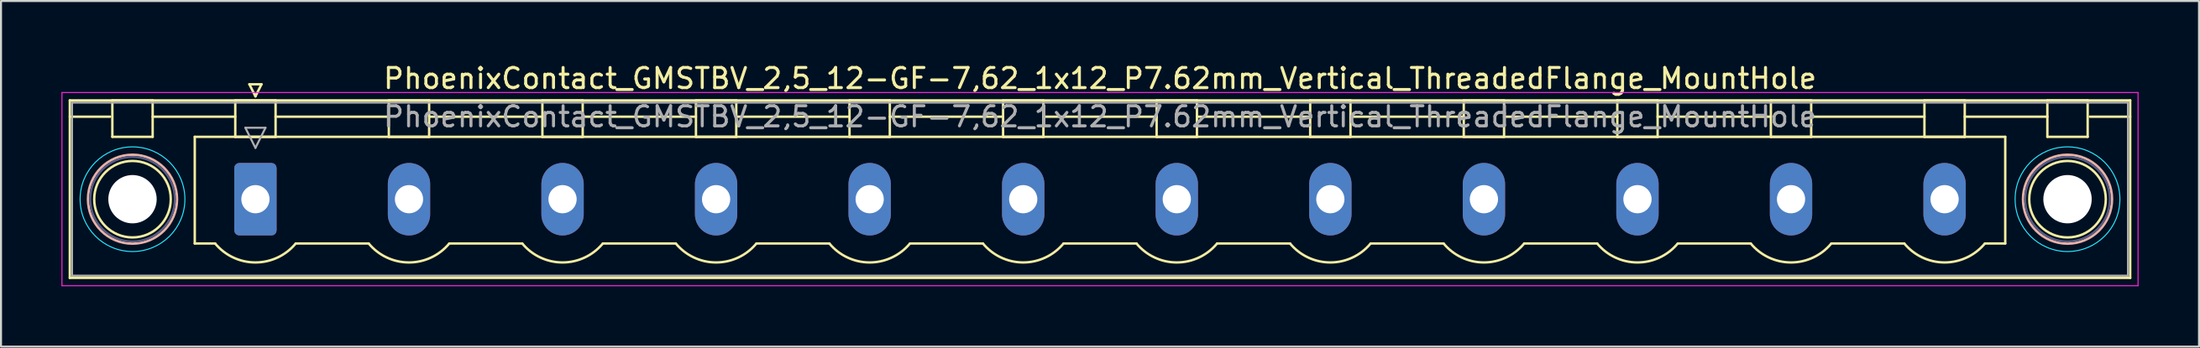
<source format=kicad_pcb>
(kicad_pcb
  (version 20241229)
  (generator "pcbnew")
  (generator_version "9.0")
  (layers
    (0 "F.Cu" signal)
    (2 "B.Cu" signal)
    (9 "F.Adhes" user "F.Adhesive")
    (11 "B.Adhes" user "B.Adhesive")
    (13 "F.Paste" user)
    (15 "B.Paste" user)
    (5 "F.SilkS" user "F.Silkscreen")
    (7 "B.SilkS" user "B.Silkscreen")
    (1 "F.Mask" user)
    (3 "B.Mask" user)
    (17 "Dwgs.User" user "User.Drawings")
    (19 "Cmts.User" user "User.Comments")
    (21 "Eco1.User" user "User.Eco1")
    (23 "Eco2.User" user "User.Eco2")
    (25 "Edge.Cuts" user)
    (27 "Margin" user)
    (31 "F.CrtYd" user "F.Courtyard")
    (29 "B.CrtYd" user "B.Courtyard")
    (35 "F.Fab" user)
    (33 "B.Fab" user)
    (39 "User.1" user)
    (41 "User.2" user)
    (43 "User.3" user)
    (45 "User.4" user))
  (footprint "PhoenixContact_GMSTBV_2,5_12-GF-7,62_1x12_P7.62mm_Vertical_ThreadedFlange_MountHole"
    (layer "F.Cu")
    (at 9.625 6.848)
    (property "Reference" "PhoenixContact_GMSTBV_2,5_12-GF-7,62_1x12_P7.62mm_Vertical_ThreadedFlange_MountHole" (at 41.91 -6 0) (layer "F.SilkS") (effects (font (size 1 1) (thickness 0.15))))
    (attr through_hole)
    (fp_line (start -9.21 -4.91) (end -9.21 3.91) (stroke (width 0.12) (type solid)) (layer "F.SilkS"))
    (fp_line (start -9.21 -4.1) (end -7.21 -4.1) (stroke (width 0.12) (type solid)) (layer "F.SilkS"))
    (fp_line (start -9.21 3.91) (end 93.03 3.91) (stroke (width 0.12) (type solid)) (layer "F.SilkS"))
    (fp_line (start -7.1 -4.91) (end -5.1 -4.91) (stroke (width 0.12) (type solid)) (layer "F.SilkS"))
    (fp_line (start -7.1 -3.1) (end -7.1 -4.91) (stroke (width 0.12) (type solid)) (layer "F.SilkS"))
    (fp_line (start -5.1 -4.91) (end -5.1 -3.1) (stroke (width 0.12) (type solid)) (layer "F.SilkS"))
    (fp_line (start -5.1 -4.1) (end -1 -4.1) (stroke (width 0.12) (type solid)) (layer "F.SilkS"))
    (fp_line (start -5.1 -3.1) (end -7.1 -3.1) (stroke (width 0.12) (type solid)) (layer "F.SilkS"))
    (fp_line (start -3.01 -3.1) (end 86.83 -3.1) (stroke (width 0.12) (type solid)) (layer "F.SilkS"))
    (fp_line (start -3.01 2.2) (end -3.01 -3.1) (stroke (width 0.12) (type solid)) (layer "F.SilkS"))
    (fp_line (start -2 2.2) (end -3.01 2.2) (stroke (width 0.12) (type solid)) (layer "F.SilkS"))
    (fp_line (start -1 -4.91) (end 1 -4.91) (stroke (width 0.12) (type solid)) (layer "F.SilkS"))
    (fp_line (start -1 -3.1) (end -1 -4.91) (stroke (width 0.12) (type solid)) (layer "F.SilkS"))
    (fp_line (start -0.3 -5.71) (end 0.3 -5.71) (stroke (width 0.12) (type solid)) (layer "F.SilkS"))
    (fp_line (start 0 -5.11) (end -0.3 -5.71) (stroke (width 0.12) (type solid)) (layer "F.SilkS"))
    (fp_line (start 0.3 -5.71) (end 0 -5.11) (stroke (width 0.12) (type solid)) (layer "F.SilkS"))
    (fp_line (start 1 -4.91) (end 1 -3.1) (stroke (width 0.12) (type solid)) (layer "F.SilkS"))
    (fp_line (start 1 -4.1) (end 6.62 -4.1) (stroke (width 0.12) (type solid)) (layer "F.SilkS"))
    (fp_line (start 1 -3.1) (end -1 -3.1) (stroke (width 0.12) (type solid)) (layer "F.SilkS"))
    (fp_line (start 2 2.2) (end 5.62 2.2) (stroke (width 0.12) (type solid)) (layer "F.SilkS"))
    (fp_line (start 6.62 -4.91) (end 8.62 -4.91) (stroke (width 0.12) (type solid)) (layer "F.SilkS"))
    (fp_line (start 6.62 -3.1) (end 6.62 -4.91) (stroke (width 0.12) (type solid)) (layer "F.SilkS"))
    (fp_line (start 8.62 -4.91) (end 8.62 -3.1) (stroke (width 0.12) (type solid)) (layer "F.SilkS"))
    (fp_line (start 8.62 -4.1) (end 14.24 -4.1) (stroke (width 0.12) (type solid)) (layer "F.SilkS"))
    (fp_line (start 8.62 -3.1) (end 6.62 -3.1) (stroke (width 0.12) (type solid)) (layer "F.SilkS"))
    (fp_line (start 9.62 2.2) (end 13.24 2.2) (stroke (width 0.12) (type solid)) (layer "F.SilkS"))
    (fp_line (start 14.24 -4.91) (end 16.24 -4.91) (stroke (width 0.12) (type solid)) (layer "F.SilkS"))
    (fp_line (start 14.24 -3.1) (end 14.24 -4.91) (stroke (width 0.12) (type solid)) (layer "F.SilkS"))
    (fp_line (start 16.24 -4.91) (end 16.24 -3.1) (stroke (width 0.12) (type solid)) (layer "F.SilkS"))
    (fp_line (start 16.24 -4.1) (end 21.86 -4.1) (stroke (width 0.12) (type solid)) (layer "F.SilkS"))
    (fp_line (start 16.24 -3.1) (end 14.24 -3.1) (stroke (width 0.12) (type solid)) (layer "F.SilkS"))
    (fp_line (start 17.24 2.2) (end 20.86 2.2) (stroke (width 0.12) (type solid)) (layer "F.SilkS"))
    (fp_line (start 21.86 -4.91) (end 23.86 -4.91) (stroke (width 0.12) (type solid)) (layer "F.SilkS"))
    (fp_line (start 21.86 -3.1) (end 21.86 -4.91) (stroke (width 0.12) (type solid)) (layer "F.SilkS"))
    (fp_line (start 23.86 -4.91) (end 23.86 -3.1) (stroke (width 0.12) (type solid)) (layer "F.SilkS"))
    (fp_line (start 23.86 -4.1) (end 29.48 -4.1) (stroke (width 0.12) (type solid)) (layer "F.SilkS"))
    (fp_line (start 23.86 -3.1) (end 21.86 -3.1) (stroke (width 0.12) (type solid)) (layer "F.SilkS"))
    (fp_line (start 24.86 2.2) (end 28.48 2.2) (stroke (width 0.12) (type solid)) (layer "F.SilkS"))
    (fp_line (start 29.48 -4.91) (end 31.48 -4.91) (stroke (width 0.12) (type solid)) (layer "F.SilkS"))
    (fp_line (start 29.48 -3.1) (end 29.48 -4.91) (stroke (width 0.12) (type solid)) (layer "F.SilkS"))
    (fp_line (start 31.48 -4.91) (end 31.48 -3.1) (stroke (width 0.12) (type solid)) (layer "F.SilkS"))
    (fp_line (start 31.48 -4.1) (end 37.1 -4.1) (stroke (width 0.12) (type solid)) (layer "F.SilkS"))
    (fp_line (start 31.48 -3.1) (end 29.48 -3.1) (stroke (width 0.12) (type solid)) (layer "F.SilkS"))
    (fp_line (start 32.48 2.2) (end 36.1 2.2) (stroke (width 0.12) (type solid)) (layer "F.SilkS"))
    (fp_line (start 37.1 -4.91) (end 39.1 -4.91) (stroke (width 0.12) (type solid)) (layer "F.SilkS"))
    (fp_line (start 37.1 -3.1) (end 37.1 -4.91) (stroke (width 0.12) (type solid)) (layer "F.SilkS"))
    (fp_line (start 39.1 -4.91) (end 39.1 -3.1) (stroke (width 0.12) (type solid)) (layer "F.SilkS"))
    (fp_line (start 39.1 -4.1) (end 44.72 -4.1) (stroke (width 0.12) (type solid)) (layer "F.SilkS"))
    (fp_line (start 39.1 -3.1) (end 37.1 -3.1) (stroke (width 0.12) (type solid)) (layer "F.SilkS"))
    (fp_line (start 40.1 2.2) (end 43.72 2.2) (stroke (width 0.12) (type solid)) (layer "F.SilkS"))
    (fp_line (start 44.72 -4.91) (end 46.72 -4.91) (stroke (width 0.12) (type solid)) (layer "F.SilkS"))
    (fp_line (start 44.72 -3.1) (end 44.72 -4.91) (stroke (width 0.12) (type solid)) (layer "F.SilkS"))
    (fp_line (start 46.72 -4.91) (end 46.72 -3.1) (stroke (width 0.12) (type solid)) (layer "F.SilkS"))
    (fp_line (start 46.72 -4.1) (end 52.34 -4.1) (stroke (width 0.12) (type solid)) (layer "F.SilkS"))
    (fp_line (start 46.72 -3.1) (end 44.72 -3.1) (stroke (width 0.12) (type solid)) (layer "F.SilkS"))
    (fp_line (start 47.72 2.2) (end 51.34 2.2) (stroke (width 0.12) (type solid)) (layer "F.SilkS"))
    (fp_line (start 52.34 -4.91) (end 54.34 -4.91) (stroke (width 0.12) (type solid)) (layer "F.SilkS"))
    (fp_line (start 52.34 -3.1) (end 52.34 -4.91) (stroke (width 0.12) (type solid)) (layer "F.SilkS"))
    (fp_line (start 54.34 -4.91) (end 54.34 -3.1) (stroke (width 0.12) (type solid)) (layer "F.SilkS"))
    (fp_line (start 54.34 -4.1) (end 59.96 -4.1) (stroke (width 0.12) (type solid)) (layer "F.SilkS"))
    (fp_line (start 54.34 -3.1) (end 52.34 -3.1) (stroke (width 0.12) (type solid)) (layer "F.SilkS"))
    (fp_line (start 55.34 2.2) (end 58.96 2.2) (stroke (width 0.12) (type solid)) (layer "F.SilkS"))
    (fp_line (start 59.96 -4.91) (end 61.96 -4.91) (stroke (width 0.12) (type solid)) (layer "F.SilkS"))
    (fp_line (start 59.96 -3.1) (end 59.96 -4.91) (stroke (width 0.12) (type solid)) (layer "F.SilkS"))
    (fp_line (start 61.96 -4.91) (end 61.96 -3.1) (stroke (width 0.12) (type solid)) (layer "F.SilkS"))
    (fp_line (start 61.96 -4.1) (end 67.58 -4.1) (stroke (width 0.12) (type solid)) (layer "F.SilkS"))
    (fp_line (start 61.96 -3.1) (end 59.96 -3.1) (stroke (width 0.12) (type solid)) (layer "F.SilkS"))
    (fp_line (start 62.96 2.2) (end 66.58 2.2) (stroke (width 0.12) (type solid)) (layer "F.SilkS"))
    (fp_line (start 67.58 -4.91) (end 69.58 -4.91) (stroke (width 0.12) (type solid)) (layer "F.SilkS"))
    (fp_line (start 67.58 -3.1) (end 67.58 -4.91) (stroke (width 0.12) (type solid)) (layer "F.SilkS"))
    (fp_line (start 69.58 -4.91) (end 69.58 -3.1) (stroke (width 0.12) (type solid)) (layer "F.SilkS"))
    (fp_line (start 69.58 -4.1) (end 75.2 -4.1) (stroke (width 0.12) (type solid)) (layer "F.SilkS"))
    (fp_line (start 69.58 -3.1) (end 67.58 -3.1) (stroke (width 0.12) (type solid)) (layer "F.SilkS"))
    (fp_line (start 70.58 2.2) (end 74.2 2.2) (stroke (width 0.12) (type solid)) (layer "F.SilkS"))
    (fp_line (start 75.2 -4.91) (end 77.2 -4.91) (stroke (width 0.12) (type solid)) (layer "F.SilkS"))
    (fp_line (start 75.2 -3.1) (end 75.2 -4.91) (stroke (width 0.12) (type solid)) (layer "F.SilkS"))
    (fp_line (start 77.2 -4.91) (end 77.2 -3.1) (stroke (width 0.12) (type solid)) (layer "F.SilkS"))
    (fp_line (start 77.2 -4.1) (end 82.82 -4.1) (stroke (width 0.12) (type solid)) (layer "F.SilkS"))
    (fp_line (start 77.2 -3.1) (end 75.2 -3.1) (stroke (width 0.12) (type solid)) (layer "F.SilkS"))
    (fp_line (start 78.2 2.2) (end 81.82 2.2) (stroke (width 0.12) (type solid)) (layer "F.SilkS"))
    (fp_line (start 82.82 -4.91) (end 84.82 -4.91) (stroke (width 0.12) (type solid)) (layer "F.SilkS"))
    (fp_line (start 82.82 -3.1) (end 82.82 -4.91) (stroke (width 0.12) (type solid)) (layer "F.SilkS"))
    (fp_line (start 84.82 -4.91) (end 84.82 -3.1) (stroke (width 0.12) (type solid)) (layer "F.SilkS"))
    (fp_line (start 84.82 -4.1) (end 88.92 -4.1) (stroke (width 0.12) (type solid)) (layer "F.SilkS"))
    (fp_line (start 84.82 -3.1) (end 82.82 -3.1) (stroke (width 0.12) (type solid)) (layer "F.SilkS"))
    (fp_line (start 86.83 -3.1) (end 86.83 2.2) (stroke (width 0.12) (type solid)) (layer "F.SilkS"))
    (fp_line (start 86.83 2.2) (end 85.82 2.2) (stroke (width 0.12) (type solid)) (layer "F.SilkS"))
    (fp_line (start 88.92 -4.91) (end 90.92 -4.91) (stroke (width 0.12) (type solid)) (layer "F.SilkS"))
    (fp_line (start 88.92 -3.1) (end 88.92 -4.91) (stroke (width 0.12) (type solid)) (layer "F.SilkS"))
    (fp_line (start 90.92 -4.91) (end 90.92 -3.1) (stroke (width 0.12) (type solid)) (layer "F.SilkS"))
    (fp_line (start 90.92 -3.1) (end 88.92 -3.1) (stroke (width 0.12) (type solid)) (layer "F.SilkS"))
    (fp_line (start 93.03 -4.91) (end -9.21 -4.91) (stroke (width 0.12) (type solid)) (layer "F.SilkS"))
    (fp_line (start 93.03 -4.1) (end 91.03 -4.1) (stroke (width 0.12) (type solid)) (layer "F.SilkS"))
    (fp_line (start 93.03 3.91) (end 93.03 -4.91) (stroke (width 0.12) (type solid)) (layer "F.SilkS"))
    (fp_arc (start 1.986842 2.215821) (mid -0.010289 3.142758) (end -2 2.2) (stroke (width 0.12) (type solid)) (layer "F.SilkS"))
    (fp_arc (start 9.606842 2.215821) (mid 7.609711 3.142758) (end 5.62 2.2) (stroke (width 0.12) (type solid)) (layer "F.SilkS"))
    (fp_arc (start 17.226842 2.215821) (mid 15.229711 3.142758) (end 13.24 2.2) (stroke (width 0.12) (type solid)) (layer "F.SilkS"))
    (fp_arc (start 24.846842 2.215821) (mid 22.849711 3.142758) (end 20.86 2.2) (stroke (width 0.12) (type solid)) (layer "F.SilkS"))
    (fp_arc (start 32.466842 2.215821) (mid 30.469711 3.142758) (end 28.48 2.2) (stroke (width 0.12) (type solid)) (layer "F.SilkS"))
    (fp_arc (start 40.086842 2.215821) (mid 38.089711 3.142758) (end 36.1 2.2) (stroke (width 0.12) (type solid)) (layer "F.SilkS"))
    (fp_arc (start 47.706842 2.215821) (mid 45.709711 3.142758) (end 43.72 2.2) (stroke (width 0.12) (type solid)) (layer "F.SilkS"))
    (fp_arc (start 55.326842 2.215821) (mid 53.329711 3.142758) (end 51.34 2.2) (stroke (width 0.12) (type solid)) (layer "F.SilkS"))
    (fp_arc (start 62.946842 2.215821) (mid 60.949711 3.142758) (end 58.96 2.2) (stroke (width 0.12) (type solid)) (layer "F.SilkS"))
    (fp_arc (start 70.566842 2.215821) (mid 68.569711 3.142758) (end 66.58 2.2) (stroke (width 0.12) (type solid)) (layer "F.SilkS"))
    (fp_arc (start 78.186842 2.215821) (mid 76.189711 3.142758) (end 74.2 2.2) (stroke (width 0.12) (type solid)) (layer "F.SilkS"))
    (fp_arc (start 85.806842 2.215821) (mid 83.809711 3.142758) (end 81.82 2.2) (stroke (width 0.12) (type solid)) (layer "F.SilkS"))
    (fp_circle (center -6.1 0) (end -4.2 0) (stroke (width 0.12) (type solid)) (fill no) (layer "F.SilkS"))
    (fp_circle (center 89.92 0) (end 91.82 0) (stroke (width 0.12) (type solid)) (fill no) (layer "F.SilkS"))
    (fp_circle (center -6.1 0) (end -3.89 0) (stroke (width 0.12) (type solid)) (fill no) (layer "B.SilkS"))
    (fp_circle (center 89.92 0) (end 92.13 0) (stroke (width 0.12) (type solid)) (fill no) (layer "B.SilkS"))
    (fp_circle (center -6.1 0) (end -3.5 0) (stroke (width 0.05) (type solid)) (fill no) (layer "B.CrtYd"))
    (fp_circle (center 89.92 0) (end 92.52 0) (stroke (width 0.05) (type solid)) (fill no) (layer "B.CrtYd"))
    (fp_line (start -9.6 -5.3) (end -9.6 4.3) (stroke (width 0.05) (type solid)) (layer "F.CrtYd"))
    (fp_line (start -9.6 4.3) (end 93.42 4.3) (stroke (width 0.05) (type solid)) (layer "F.CrtYd"))
    (fp_line (start 93.42 -5.3) (end -9.6 -5.3) (stroke (width 0.05) (type solid)) (layer "F.CrtYd"))
    (fp_line (start 93.42 4.3) (end 93.42 -5.3) (stroke (width 0.05) (type solid)) (layer "F.CrtYd"))
    (fp_circle (center -6.1 0) (end -4 0) (stroke (width 0.1) (type solid)) (fill no) (layer "B.Fab"))
    (fp_circle (center 89.92 0) (end 92.02 0) (stroke (width 0.1) (type solid)) (fill no) (layer "B.Fab"))
    (fp_line (start -9.1 -4.8) (end -9.1 3.8) (stroke (width 0.1) (type solid)) (layer "F.Fab"))
    (fp_line (start -9.1 3.8) (end 92.92 3.8) (stroke (width 0.1) (type solid)) (layer "F.Fab"))
    (fp_line (start -0.5 -3.55) (end 0.5 -3.55) (stroke (width 0.1) (type solid)) (layer "F.Fab"))
    (fp_line (start 0 -2.55) (end -0.5 -3.55) (stroke (width 0.1) (type solid)) (layer "F.Fab"))
    (fp_line (start 0.5 -3.55) (end 0 -2.55) (stroke (width 0.1) (type solid)) (layer "F.Fab"))
    (fp_line (start 92.92 -4.8) (end -9.1 -4.8) (stroke (width 0.1) (type solid)) (layer "F.Fab"))
    (fp_line (start 92.92 3.8) (end 92.92 -4.8) (stroke (width 0.1) (type solid)) (layer "F.Fab"))
    (fp_text user "${REFERENCE}" (at 41.91 -4.1 0) (layer "F.Fab") (effects (font (size 1 1) (thickness 0.15))))
    (pad "" np_thru_hole circle (at -6.1 0) (size 2.4 2.4) (drill 2.4) (layers "*.Cu" "*.Mask"))
    (pad "" np_thru_hole circle (at 89.92 0) (size 2.4 2.4) (drill 2.4) (layers "*.Cu" "*.Mask"))
    (pad "1" thru_hole roundrect (at 0 0) (size 2.1 3.6) (drill 1.4) (layers "*.Cu" "*.Mask") (roundrect_rratio 0.119))
    (pad "2" thru_hole oval (at 7.62 0) (size 2.1 3.6) (drill 1.4) (layers "*.Cu" "*.Mask"))
    (pad "3" thru_hole oval (at 15.24 0) (size 2.1 3.6) (drill 1.4) (layers "*.Cu" "*.Mask"))
    (pad "4" thru_hole oval (at 22.86 0) (size 2.1 3.6) (drill 1.4) (layers "*.Cu" "*.Mask"))
    (pad "5" thru_hole oval (at 30.48 0) (size 2.1 3.6) (drill 1.4) (layers "*.Cu" "*.Mask"))
    (pad "6" thru_hole oval (at 38.1 0) (size 2.1 3.6) (drill 1.4) (layers "*.Cu" "*.Mask"))
    (pad "7" thru_hole oval (at 45.72 0) (size 2.1 3.6) (drill 1.4) (layers "*.Cu" "*.Mask"))
    (pad "8" thru_hole oval (at 53.34 0) (size 2.1 3.6) (drill 1.4) (layers "*.Cu" "*.Mask"))
    (pad "9" thru_hole oval (at 60.96 0) (size 2.1 3.6) (drill 1.4) (layers "*.Cu" "*.Mask"))
    (pad "10" thru_hole oval (at 68.58 0) (size 2.1 3.6) (drill 1.4) (layers "*.Cu" "*.Mask"))
    (pad "11" thru_hole oval (at 76.2 0) (size 2.1 3.6) (drill 1.4) (layers "*.Cu" "*.Mask"))
    (pad "12" thru_hole oval (at 83.82 0) (size 2.1 3.6) (drill 1.4) (layers "*.Cu" "*.Mask")))
  (gr_rect
    (start -3 -3)
    (end 106.07 14.173)
    (stroke (width 0.1) (type default))
    (fill no)
    (layer "Edge.Cuts")))
</source>
